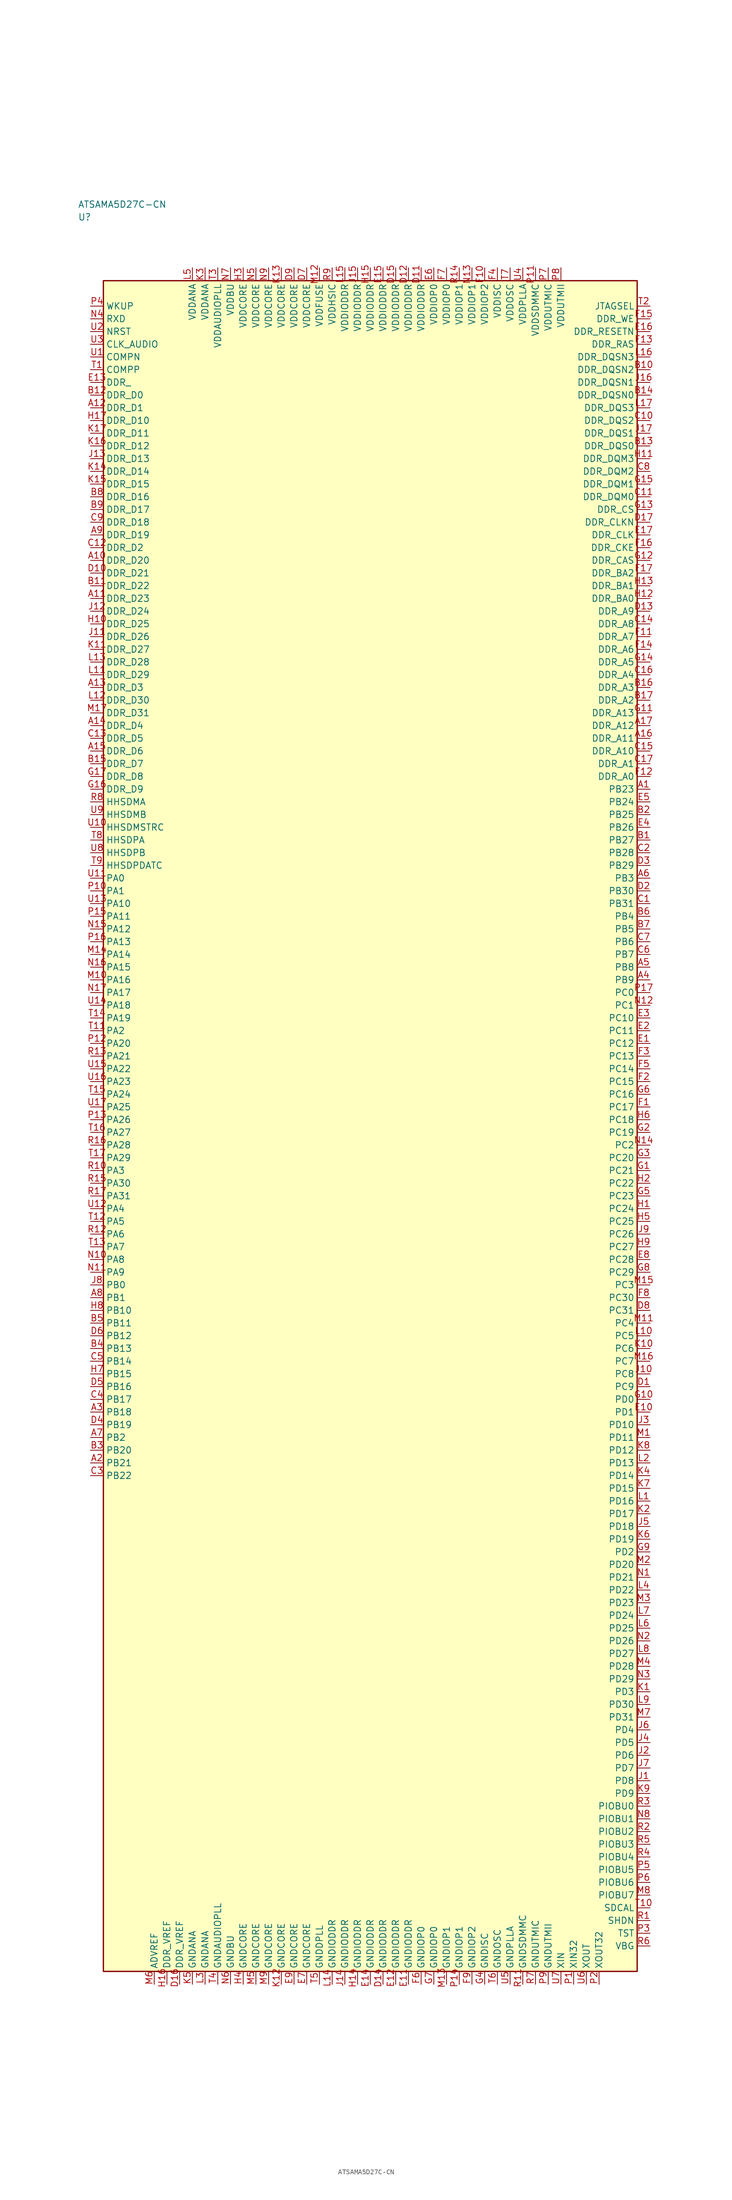
<source format=kicad_sym>
(kicad_symbol_lib
  (version 20241025)
  (generator "kicad_symbol_editor")
  (generator_version "8.0")
  (symbol "ATSAMA5D27C-CN"
    (property "Reference" "U"
      (at -57.5 178.75 0)
      (effects (font (size 1.27 1.27)) (justify left)))
    (property "Value" "ATSAMA5D27C-CN"
      (at -57.5 181.25 0)
      (effects (font (size 1.27 1.27)) (justify left)))
    (symbol "ATSAMA5D27C-CN_0_1"
      (rectangle (start -52.5 166.25) (end 52.5 -166.25) (stroke (width 0.254) (type default)) (fill (type background))))
    (symbol "ATSAMA5D27C-CN_1_1"
      (pin bidirectional line (at -55.04 48.75 0.0) (length 2.54) (name "PA0" (effects (font (size 1.27 1.27)))) (number "U11" (effects (font (size 1.27 1.27)))))
      (pin bidirectional line (at -55.04 46.25 0.0) (length 2.54) (name "PA1" (effects (font (size 1.27 1.27)))) (number "P10" (effects (font (size 1.27 1.27)))))
      (pin bidirectional line (at -55.04 18.75 0.0) (length 2.54) (name "PA2" (effects (font (size 1.27 1.27)))) (number "T11" (effects (font (size 1.27 1.27)))))
      (pin bidirectional line (at -55.04 -8.75 0.0) (length 2.54) (name "PA3" (effects (font (size 1.27 1.27)))) (number "R10" (effects (font (size 1.27 1.27)))))
      (pin bidirectional line (at -55.04 -16.25 0.0) (length 2.54) (name "PA4" (effects (font (size 1.27 1.27)))) (number "U12" (effects (font (size 1.27 1.27)))))
      (pin bidirectional line (at -55.04 -18.75 0.0) (length 2.54) (name "PA5" (effects (font (size 1.27 1.27)))) (number "T12" (effects (font (size 1.27 1.27)))))
      (pin bidirectional line (at -55.04 -21.25 0.0) (length 2.54) (name "PA6" (effects (font (size 1.27 1.27)))) (number "R12" (effects (font (size 1.27 1.27)))))
      (pin bidirectional line (at -55.04 -23.75 0.0) (length 2.54) (name "PA7" (effects (font (size 1.27 1.27)))) (number "T13" (effects (font (size 1.27 1.27)))))
      (pin bidirectional line (at -55.04 -26.25 0.0) (length 2.54) (name "PA8" (effects (font (size 1.27 1.27)))) (number "N10" (effects (font (size 1.27 1.27)))))
      (pin bidirectional line (at -55.04 -28.75 0.0) (length 2.54) (name "PA9" (effects (font (size 1.27 1.27)))) (number "N11" (effects (font (size 1.27 1.27)))))
      (pin bidirectional line (at -55.04 43.75 0.0) (length 2.54) (name "PA10" (effects (font (size 1.27 1.27)))) (number "U13" (effects (font (size 1.27 1.27)))))
      (pin bidirectional line (at -55.04 41.25 0.0) (length 2.54) (name "PA11" (effects (font (size 1.27 1.27)))) (number "P15" (effects (font (size 1.27 1.27)))))
      (pin bidirectional line (at -55.04 38.75 0.0) (length 2.54) (name "PA12" (effects (font (size 1.27 1.27)))) (number "N15" (effects (font (size 1.27 1.27)))))
      (pin bidirectional line (at -55.04 36.25 0.0) (length 2.54) (name "PA13" (effects (font (size 1.27 1.27)))) (number "P16" (effects (font (size 1.27 1.27)))))
      (pin bidirectional line (at -55.04 33.75 0.0) (length 2.54) (name "PA14" (effects (font (size 1.27 1.27)))) (number "M14" (effects (font (size 1.27 1.27)))))
      (pin bidirectional line (at -55.04 31.25 0.0) (length 2.54) (name "PA15" (effects (font (size 1.27 1.27)))) (number "N16" (effects (font (size 1.27 1.27)))))
      (pin bidirectional line (at -55.04 28.75 0.0) (length 2.54) (name "PA16" (effects (font (size 1.27 1.27)))) (number "M10" (effects (font (size 1.27 1.27)))))
      (pin bidirectional line (at -55.04 26.25 0.0) (length 2.54) (name "PA17" (effects (font (size 1.27 1.27)))) (number "N17" (effects (font (size 1.27 1.27)))))
      (pin bidirectional line (at -55.04 23.75 0.0) (length 2.54) (name "PA18" (effects (font (size 1.27 1.27)))) (number "U14" (effects (font (size 1.27 1.27)))))
      (pin bidirectional line (at -55.04 21.25 0.0) (length 2.54) (name "PA19" (effects (font (size 1.27 1.27)))) (number "T14" (effects (font (size 1.27 1.27)))))
      (pin bidirectional line (at -55.04 16.25 0.0) (length 2.54) (name "PA20" (effects (font (size 1.27 1.27)))) (number "P12" (effects (font (size 1.27 1.27)))))
      (pin bidirectional line (at -55.04 13.75 0.0) (length 2.54) (name "PA21" (effects (font (size 1.27 1.27)))) (number "R13" (effects (font (size 1.27 1.27)))))
      (pin bidirectional line (at -55.04 11.25 0.0) (length 2.54) (name "PA22" (effects (font (size 1.27 1.27)))) (number "U15" (effects (font (size 1.27 1.27)))))
      (pin bidirectional line (at -55.04 8.75 0.0) (length 2.54) (name "PA23" (effects (font (size 1.27 1.27)))) (number "U16" (effects (font (size 1.27 1.27)))))
      (pin bidirectional line (at -55.04 6.25 0.0) (length 2.54) (name "PA24" (effects (font (size 1.27 1.27)))) (number "T15" (effects (font (size 1.27 1.27)))))
      (pin bidirectional line (at -55.04 3.75 0.0) (length 2.54) (name "PA25" (effects (font (size 1.27 1.27)))) (number "U17" (effects (font (size 1.27 1.27)))))
      (pin bidirectional line (at -55.04 1.25 0.0) (length 2.54) (name "PA26" (effects (font (size 1.27 1.27)))) (number "P13" (effects (font (size 1.27 1.27)))))
      (pin bidirectional line (at -55.04 -1.25 0.0) (length 2.54) (name "PA27" (effects (font (size 1.27 1.27)))) (number "T16" (effects (font (size 1.27 1.27)))))
      (pin bidirectional line (at -55.04 -3.75 0.0) (length 2.54) (name "PA28" (effects (font (size 1.27 1.27)))) (number "R16" (effects (font (size 1.27 1.27)))))
      (pin bidirectional line (at -55.04 -6.25 0.0) (length 2.54) (name "PA29" (effects (font (size 1.27 1.27)))) (number "T17" (effects (font (size 1.27 1.27)))))
      (pin bidirectional line (at -55.04 -11.25 0.0) (length 2.54) (name "PA30" (effects (font (size 1.27 1.27)))) (number "R15" (effects (font (size 1.27 1.27)))))
      (pin bidirectional line (at -55.04 -13.75 0.0) (length 2.54) (name "PA31" (effects (font (size 1.27 1.27)))) (number "R17" (effects (font (size 1.27 1.27)))))
      (pin bidirectional line (at -55.04 -31.25 0.0) (length 2.54) (name "PB0" (effects (font (size 1.27 1.27)))) (number "J8" (effects (font (size 1.27 1.27)))))
      (pin bidirectional line (at -55.04 -33.75 0.0) (length 2.54) (name "PB1" (effects (font (size 1.27 1.27)))) (number "A8" (effects (font (size 1.27 1.27)))))
      (pin bidirectional line (at -55.04 -61.25 0.0) (length 2.54) (name "PB2" (effects (font (size 1.27 1.27)))) (number "A7" (effects (font (size 1.27 1.27)))))
      (pin bidirectional line (at 55.04 48.75 180.0) (length 2.54) (name "PB3" (effects (font (size 1.27 1.27)))) (number "A6" (effects (font (size 1.27 1.27)))))
      (pin bidirectional line (at 55.04 41.25 180.0) (length 2.54) (name "PB4" (effects (font (size 1.27 1.27)))) (number "B6" (effects (font (size 1.27 1.27)))))
      (pin bidirectional line (at 55.04 38.75 180.0) (length 2.54) (name "PB5" (effects (font (size 1.27 1.27)))) (number "B7" (effects (font (size 1.27 1.27)))))
      (pin bidirectional line (at 55.04 36.25 180.0) (length 2.54) (name "PB6" (effects (font (size 1.27 1.27)))) (number "C7" (effects (font (size 1.27 1.27)))))
      (pin bidirectional line (at 55.04 33.75 180.0) (length 2.54) (name "PB7" (effects (font (size 1.27 1.27)))) (number "C6" (effects (font (size 1.27 1.27)))))
      (pin bidirectional line (at 55.04 31.25 180.0) (length 2.54) (name "PB8" (effects (font (size 1.27 1.27)))) (number "A5" (effects (font (size 1.27 1.27)))))
      (pin bidirectional line (at 55.04 28.75 180.0) (length 2.54) (name "PB9" (effects (font (size 1.27 1.27)))) (number "A4" (effects (font (size 1.27 1.27)))))
      (pin bidirectional line (at -55.04 -36.25 0.0) (length 2.54) (name "PB10" (effects (font (size 1.27 1.27)))) (number "H8" (effects (font (size 1.27 1.27)))))
      (pin bidirectional line (at -55.04 -38.75 0.0) (length 2.54) (name "PB11" (effects (font (size 1.27 1.27)))) (number "B5" (effects (font (size 1.27 1.27)))))
      (pin bidirectional line (at -55.04 -41.25 0.0) (length 2.54) (name "PB12" (effects (font (size 1.27 1.27)))) (number "D6" (effects (font (size 1.27 1.27)))))
      (pin bidirectional line (at -55.04 -43.75 0.0) (length 2.54) (name "PB13" (effects (font (size 1.27 1.27)))) (number "B4" (effects (font (size 1.27 1.27)))))
      (pin bidirectional line (at -55.04 -46.25 0.0) (length 2.54) (name "PB14" (effects (font (size 1.27 1.27)))) (number "C5" (effects (font (size 1.27 1.27)))))
      (pin bidirectional line (at -55.04 -48.75 0.0) (length 2.54) (name "PB15" (effects (font (size 1.27 1.27)))) (number "H7" (effects (font (size 1.27 1.27)))))
      (pin bidirectional line (at -55.04 -51.25 0.0) (length 2.54) (name "PB16" (effects (font (size 1.27 1.27)))) (number "D5" (effects (font (size 1.27 1.27)))))
      (pin bidirectional line (at -55.04 -53.75 0.0) (length 2.54) (name "PB17" (effects (font (size 1.27 1.27)))) (number "C4" (effects (font (size 1.27 1.27)))))
      (pin bidirectional line (at -55.04 -56.25 0.0) (length 2.54) (name "PB18" (effects (font (size 1.27 1.27)))) (number "A3" (effects (font (size 1.27 1.27)))))
      (pin bidirectional line (at -55.04 -58.75 0.0) (length 2.54) (name "PB19" (effects (font (size 1.27 1.27)))) (number "D4" (effects (font (size 1.27 1.27)))))
      (pin bidirectional line (at -55.04 -63.75 0.0) (length 2.54) (name "PB20" (effects (font (size 1.27 1.27)))) (number "B3" (effects (font (size 1.27 1.27)))))
      (pin bidirectional line (at -55.04 -66.25 0.0) (length 2.54) (name "PB21" (effects (font (size 1.27 1.27)))) (number "A2" (effects (font (size 1.27 1.27)))))
      (pin bidirectional line (at -55.04 -68.75 0.0) (length 2.54) (name "PB22" (effects (font (size 1.27 1.27)))) (number "C3" (effects (font (size 1.27 1.27)))))
      (pin bidirectional line (at 55.04 66.25 180.0) (length 2.54) (name "PB23" (effects (font (size 1.27 1.27)))) (number "A1" (effects (font (size 1.27 1.27)))))
      (pin bidirectional line (at 55.04 63.75 180.0) (length 2.54) (name "PB24" (effects (font (size 1.27 1.27)))) (number "E5" (effects (font (size 1.27 1.27)))))
      (pin bidirectional line (at 55.04 61.25 180.0) (length 2.54) (name "PB25" (effects (font (size 1.27 1.27)))) (number "B2" (effects (font (size 1.27 1.27)))))
      (pin bidirectional line (at 55.04 58.75 180.0) (length 2.54) (name "PB26" (effects (font (size 1.27 1.27)))) (number "E4" (effects (font (size 1.27 1.27)))))
      (pin bidirectional line (at 55.04 56.25 180.0) (length 2.54) (name "PB27" (effects (font (size 1.27 1.27)))) (number "B1" (effects (font (size 1.27 1.27)))))
      (pin bidirectional line (at 55.04 53.75 180.0) (length 2.54) (name "PB28" (effects (font (size 1.27 1.27)))) (number "C2" (effects (font (size 1.27 1.27)))))
      (pin bidirectional line (at 55.04 51.25 180.0) (length 2.54) (name "PB29" (effects (font (size 1.27 1.27)))) (number "D3" (effects (font (size 1.27 1.27)))))
      (pin bidirectional line (at 55.04 46.25 180.0) (length 2.54) (name "PB30" (effects (font (size 1.27 1.27)))) (number "D2" (effects (font (size 1.27 1.27)))))
      (pin bidirectional line (at 55.04 43.75 180.0) (length 2.54) (name "PB31" (effects (font (size 1.27 1.27)))) (number "C1" (effects (font (size 1.27 1.27)))))
      (pin bidirectional line (at 55.04 26.25 180.0) (length 2.54) (name "PC0" (effects (font (size 1.27 1.27)))) (number "P17" (effects (font (size 1.27 1.27)))))
      (pin bidirectional line (at 55.04 23.75 180.0) (length 2.54) (name "PC1" (effects (font (size 1.27 1.27)))) (number "N12" (effects (font (size 1.27 1.27)))))
      (pin bidirectional line (at 55.04 -3.75 180.0) (length 2.54) (name "PC2" (effects (font (size 1.27 1.27)))) (number "N14" (effects (font (size 1.27 1.27)))))
      (pin bidirectional line (at 55.04 -31.25 180.0) (length 2.54) (name "PC3" (effects (font (size 1.27 1.27)))) (number "M15" (effects (font (size 1.27 1.27)))))
      (pin bidirectional line (at 55.04 -38.75 180.0) (length 2.54) (name "PC4" (effects (font (size 1.27 1.27)))) (number "M11" (effects (font (size 1.27 1.27)))))
      (pin bidirectional line (at 55.04 -41.25 180.0) (length 2.54) (name "PC5" (effects (font (size 1.27 1.27)))) (number "L10" (effects (font (size 1.27 1.27)))))
      (pin bidirectional line (at 55.04 -43.75 180.0) (length 2.54) (name "PC6" (effects (font (size 1.27 1.27)))) (number "K10" (effects (font (size 1.27 1.27)))))
      (pin bidirectional line (at 55.04 -46.25 180.0) (length 2.54) (name "PC7" (effects (font (size 1.27 1.27)))) (number "M16" (effects (font (size 1.27 1.27)))))
      (pin bidirectional line (at 55.04 -48.75 180.0) (length 2.54) (name "PC8" (effects (font (size 1.27 1.27)))) (number "J10" (effects (font (size 1.27 1.27)))))
      (pin bidirectional line (at 55.04 -51.25 180.0) (length 2.54) (name "PC9" (effects (font (size 1.27 1.27)))) (number "D1" (effects (font (size 1.27 1.27)))))
      (pin bidirectional line (at 55.04 21.25 180.0) (length 2.54) (name "PC10" (effects (font (size 1.27 1.27)))) (number "E3" (effects (font (size 1.27 1.27)))))
      (pin bidirectional line (at 55.04 18.75 180.0) (length 2.54) (name "PC11" (effects (font (size 1.27 1.27)))) (number "E2" (effects (font (size 1.27 1.27)))))
      (pin bidirectional line (at 55.04 16.25 180.0) (length 2.54) (name "PC12" (effects (font (size 1.27 1.27)))) (number "E1" (effects (font (size 1.27 1.27)))))
      (pin bidirectional line (at 55.04 13.75 180.0) (length 2.54) (name "PC13" (effects (font (size 1.27 1.27)))) (number "F3" (effects (font (size 1.27 1.27)))))
      (pin bidirectional line (at 55.04 11.25 180.0) (length 2.54) (name "PC14" (effects (font (size 1.27 1.27)))) (number "F5" (effects (font (size 1.27 1.27)))))
      (pin bidirectional line (at 55.04 8.75 180.0) (length 2.54) (name "PC15" (effects (font (size 1.27 1.27)))) (number "F2" (effects (font (size 1.27 1.27)))))
      (pin bidirectional line (at 55.04 6.25 180.0) (length 2.54) (name "PC16" (effects (font (size 1.27 1.27)))) (number "G6" (effects (font (size 1.27 1.27)))))
      (pin bidirectional line (at 55.04 3.75 180.0) (length 2.54) (name "PC17" (effects (font (size 1.27 1.27)))) (number "F1" (effects (font (size 1.27 1.27)))))
      (pin bidirectional line (at 55.04 1.25 180.0) (length 2.54) (name "PC18" (effects (font (size 1.27 1.27)))) (number "H6" (effects (font (size 1.27 1.27)))))
      (pin bidirectional line (at 55.04 -1.25 180.0) (length 2.54) (name "PC19" (effects (font (size 1.27 1.27)))) (number "G2" (effects (font (size 1.27 1.27)))))
      (pin bidirectional line (at 55.04 -6.25 180.0) (length 2.54) (name "PC20" (effects (font (size 1.27 1.27)))) (number "G3" (effects (font (size 1.27 1.27)))))
      (pin bidirectional line (at 55.04 -8.75 180.0) (length 2.54) (name "PC21" (effects (font (size 1.27 1.27)))) (number "G1" (effects (font (size 1.27 1.27)))))
      (pin bidirectional line (at 55.04 -11.25 180.0) (length 2.54) (name "PC22" (effects (font (size 1.27 1.27)))) (number "H2" (effects (font (size 1.27 1.27)))))
      (pin bidirectional line (at 55.04 -13.75 180.0) (length 2.54) (name "PC23" (effects (font (size 1.27 1.27)))) (number "G5" (effects (font (size 1.27 1.27)))))
      (pin bidirectional line (at 55.04 -16.25 180.0) (length 2.54) (name "PC24" (effects (font (size 1.27 1.27)))) (number "H1" (effects (font (size 1.27 1.27)))))
      (pin bidirectional line (at 55.04 -18.75 180.0) (length 2.54) (name "PC25" (effects (font (size 1.27 1.27)))) (number "H5" (effects (font (size 1.27 1.27)))))
      (pin bidirectional line (at 55.04 -21.25 180.0) (length 2.54) (name "PC26" (effects (font (size 1.27 1.27)))) (number "J9" (effects (font (size 1.27 1.27)))))
      (pin bidirectional line (at 55.04 -23.75 180.0) (length 2.54) (name "PC27" (effects (font (size 1.27 1.27)))) (number "H9" (effects (font (size 1.27 1.27)))))
      (pin bidirectional line (at 55.04 -26.25 180.0) (length 2.54) (name "PC28" (effects (font (size 1.27 1.27)))) (number "E8" (effects (font (size 1.27 1.27)))))
      (pin bidirectional line (at 55.04 -28.75 180.0) (length 2.54) (name "PC29" (effects (font (size 1.27 1.27)))) (number "G8" (effects (font (size 1.27 1.27)))))
      (pin bidirectional line (at 55.04 -33.75 180.0) (length 2.54) (name "PC30" (effects (font (size 1.27 1.27)))) (number "F8" (effects (font (size 1.27 1.27)))))
      (pin bidirectional line (at 55.04 -36.25 180.0) (length 2.54) (name "PC31" (effects (font (size 1.27 1.27)))) (number "D8" (effects (font (size 1.27 1.27)))))
      (pin bidirectional line (at 55.04 -53.75 180.0) (length 2.54) (name "PD0" (effects (font (size 1.27 1.27)))) (number "G10" (effects (font (size 1.27 1.27)))))
      (pin bidirectional line (at 55.04 -56.25 180.0) (length 2.54) (name "PD1" (effects (font (size 1.27 1.27)))) (number "E10" (effects (font (size 1.27 1.27)))))
      (pin bidirectional line (at 55.04 -83.75 180.0) (length 2.54) (name "PD2" (effects (font (size 1.27 1.27)))) (number "G9" (effects (font (size 1.27 1.27)))))
      (pin bidirectional line (at 55.04 -111.25 180.0) (length 2.54) (name "PD3" (effects (font (size 1.27 1.27)))) (number "K1" (effects (font (size 1.27 1.27)))))
      (pin bidirectional line (at 55.04 -118.75 180.0) (length 2.54) (name "PD4" (effects (font (size 1.27 1.27)))) (number "J6" (effects (font (size 1.27 1.27)))))
      (pin bidirectional line (at 55.04 -121.25 180.0) (length 2.54) (name "PD5" (effects (font (size 1.27 1.27)))) (number "J4" (effects (font (size 1.27 1.27)))))
      (pin bidirectional line (at 55.04 -123.75 180.0) (length 2.54) (name "PD6" (effects (font (size 1.27 1.27)))) (number "J2" (effects (font (size 1.27 1.27)))))
      (pin bidirectional line (at 55.04 -126.25 180.0) (length 2.54) (name "PD7" (effects (font (size 1.27 1.27)))) (number "J7" (effects (font (size 1.27 1.27)))))
      (pin bidirectional line (at 55.04 -128.75 180.0) (length 2.54) (name "PD8" (effects (font (size 1.27 1.27)))) (number "J1" (effects (font (size 1.27 1.27)))))
      (pin bidirectional line (at 55.04 -131.25 180.0) (length 2.54) (name "PD9" (effects (font (size 1.27 1.27)))) (number "K9" (effects (font (size 1.27 1.27)))))
      (pin bidirectional line (at 55.04 -58.75 180.0) (length 2.54) (name "PD10" (effects (font (size 1.27 1.27)))) (number "J3" (effects (font (size 1.27 1.27)))))
      (pin bidirectional line (at 55.04 -61.25 180.0) (length 2.54) (name "PD11" (effects (font (size 1.27 1.27)))) (number "M1" (effects (font (size 1.27 1.27)))))
      (pin bidirectional line (at 55.04 -63.75 180.0) (length 2.54) (name "PD12" (effects (font (size 1.27 1.27)))) (number "K8" (effects (font (size 1.27 1.27)))))
      (pin bidirectional line (at 55.04 -66.25 180.0) (length 2.54) (name "PD13" (effects (font (size 1.27 1.27)))) (number "L2" (effects (font (size 1.27 1.27)))))
      (pin bidirectional line (at 55.04 -68.75 180.0) (length 2.54) (name "PD14" (effects (font (size 1.27 1.27)))) (number "K4" (effects (font (size 1.27 1.27)))))
      (pin bidirectional line (at 55.04 -71.25 180.0) (length 2.54) (name "PD15" (effects (font (size 1.27 1.27)))) (number "K7" (effects (font (size 1.27 1.27)))))
      (pin bidirectional line (at 55.04 -73.75 180.0) (length 2.54) (name "PD16" (effects (font (size 1.27 1.27)))) (number "L1" (effects (font (size 1.27 1.27)))))
      (pin bidirectional line (at 55.04 -76.25 180.0) (length 2.54) (name "PD17" (effects (font (size 1.27 1.27)))) (number "K2" (effects (font (size 1.27 1.27)))))
      (pin bidirectional line (at 55.04 -78.75 180.0) (length 2.54) (name "PD18" (effects (font (size 1.27 1.27)))) (number "J5" (effects (font (size 1.27 1.27)))))
      (pin bidirectional line (at 55.04 -81.25 180.0) (length 2.54) (name "PD19" (effects (font (size 1.27 1.27)))) (number "K6" (effects (font (size 1.27 1.27)))))
      (pin bidirectional line (at 55.04 -86.25 180.0) (length 2.54) (name "PD20" (effects (font (size 1.27 1.27)))) (number "M2" (effects (font (size 1.27 1.27)))))
      (pin bidirectional line (at 55.04 -88.75 180.0) (length 2.54) (name "PD21" (effects (font (size 1.27 1.27)))) (number "N1" (effects (font (size 1.27 1.27)))))
      (pin bidirectional line (at 55.04 -91.25 180.0) (length 2.54) (name "PD22" (effects (font (size 1.27 1.27)))) (number "L4" (effects (font (size 1.27 1.27)))))
      (pin bidirectional line (at 55.04 -93.75 180.0) (length 2.54) (name "PD23" (effects (font (size 1.27 1.27)))) (number "M3" (effects (font (size 1.27 1.27)))))
      (pin bidirectional line (at 55.04 -96.25 180.0) (length 2.54) (name "PD24" (effects (font (size 1.27 1.27)))) (number "L7" (effects (font (size 1.27 1.27)))))
      (pin bidirectional line (at 55.04 -98.75 180.0) (length 2.54) (name "PD25" (effects (font (size 1.27 1.27)))) (number "L6" (effects (font (size 1.27 1.27)))))
      (pin bidirectional line (at 55.04 -101.25 180.0) (length 2.54) (name "PD26" (effects (font (size 1.27 1.27)))) (number "N2" (effects (font (size 1.27 1.27)))))
      (pin bidirectional line (at 55.04 -103.75 180.0) (length 2.54) (name "PD27" (effects (font (size 1.27 1.27)))) (number "L8" (effects (font (size 1.27 1.27)))))
      (pin bidirectional line (at 55.04 -106.25 180.0) (length 2.54) (name "PD28" (effects (font (size 1.27 1.27)))) (number "M4" (effects (font (size 1.27 1.27)))))
      (pin bidirectional line (at 55.04 -108.75 180.0) (length 2.54) (name "PD29" (effects (font (size 1.27 1.27)))) (number "N3" (effects (font (size 1.27 1.27)))))
      (pin bidirectional line (at 55.04 -113.75 180.0) (length 2.54) (name "PD30" (effects (font (size 1.27 1.27)))) (number "L9" (effects (font (size 1.27 1.27)))))
      (pin bidirectional line (at 55.04 -116.25 180.0) (length 2.54) (name "PD31" (effects (font (size 1.27 1.27)))) (number "M7" (effects (font (size 1.27 1.27)))))
      (pin power_in line (at -35.0 168.79 270.0) (length 2.54) (name "VDDANA" (effects (font (size 1.27 1.27)))) (number "L5" (effects (font (size 1.27 1.27)))))
      (pin passive line (at -35.0 -168.79 90.0) (length 2.54) (name "GNDANA" (effects (font (size 1.27 1.27)))) (number "K5" (effects (font (size 1.27 1.27)))))
      (pin passive line (at -42.5 -168.79 90.0) (length 2.54) (name "ADVREF" (effects (font (size 1.27 1.27)))) (number "M6" (effects (font (size 1.27 1.27)))))
      (pin power_in line (at -32.5 168.79 270.0) (length 2.54) (name "VDDANA" (effects (font (size 1.27 1.27)))) (number "K3" (effects (font (size 1.27 1.27)))))
      (pin passive line (at -32.5 -168.79 90.0) (length 2.54) (name "GNDANA" (effects (font (size 1.27 1.27)))) (number "L3" (effects (font (size 1.27 1.27)))))
      (pin passive line (at -40.0 -168.79 90.0) (length 2.54) (name "DDR_VREF" (effects (font (size 1.27 1.27)))) (number "H16" (effects (font (size 1.27 1.27)))))
      (pin passive line (at -37.5 -168.79 90.0) (length 2.54) (name "DDR_VREF" (effects (font (size 1.27 1.27)))) (number "D16" (effects (font (size 1.27 1.27)))))
      (pin bidirectional line (at -55.04 143.75 0.0) (length 2.54) (name "DDR_D0" (effects (font (size 1.27 1.27)))) (number "B12" (effects (font (size 1.27 1.27)))))
      (pin bidirectional line (at -55.04 141.25 0.0) (length 2.54) (name "DDR_D1" (effects (font (size 1.27 1.27)))) (number "A12" (effects (font (size 1.27 1.27)))))
      (pin bidirectional line (at -55.04 113.75 0.0) (length 2.54) (name "DDR_D2" (effects (font (size 1.27 1.27)))) (number "C12" (effects (font (size 1.27 1.27)))))
      (pin bidirectional line (at -55.04 86.25 0.0) (length 2.54) (name "DDR_D3" (effects (font (size 1.27 1.27)))) (number "A13" (effects (font (size 1.27 1.27)))))
      (pin bidirectional line (at -55.04 78.75 0.0) (length 2.54) (name "DDR_D4" (effects (font (size 1.27 1.27)))) (number "A14" (effects (font (size 1.27 1.27)))))
      (pin bidirectional line (at -55.04 76.25 0.0) (length 2.54) (name "DDR_D5" (effects (font (size 1.27 1.27)))) (number "C13" (effects (font (size 1.27 1.27)))))
      (pin bidirectional line (at -55.04 73.75 0.0) (length 2.54) (name "DDR_D6" (effects (font (size 1.27 1.27)))) (number "A15" (effects (font (size 1.27 1.27)))))
      (pin bidirectional line (at -55.04 71.25 0.0) (length 2.54) (name "DDR_D7" (effects (font (size 1.27 1.27)))) (number "B15" (effects (font (size 1.27 1.27)))))
      (pin bidirectional line (at -55.04 68.75 0.0) (length 2.54) (name "DDR_D8" (effects (font (size 1.27 1.27)))) (number "G17" (effects (font (size 1.27 1.27)))))
      (pin bidirectional line (at -55.04 66.25 0.0) (length 2.54) (name "DDR_D9" (effects (font (size 1.27 1.27)))) (number "G16" (effects (font (size 1.27 1.27)))))
      (pin bidirectional line (at -55.04 138.75 0.0) (length 2.54) (name "DDR_D10" (effects (font (size 1.27 1.27)))) (number "H17" (effects (font (size 1.27 1.27)))))
      (pin bidirectional line (at -55.04 136.25 0.0) (length 2.54) (name "DDR_D11" (effects (font (size 1.27 1.27)))) (number "K17" (effects (font (size 1.27 1.27)))))
      (pin bidirectional line (at -55.04 133.75 0.0) (length 2.54) (name "DDR_D12" (effects (font (size 1.27 1.27)))) (number "K16" (effects (font (size 1.27 1.27)))))
      (pin bidirectional line (at -55.04 131.25 0.0) (length 2.54) (name "DDR_D13" (effects (font (size 1.27 1.27)))) (number "J13" (effects (font (size 1.27 1.27)))))
      (pin bidirectional line (at -55.04 128.75 0.0) (length 2.54) (name "DDR_D14" (effects (font (size 1.27 1.27)))) (number "K14" (effects (font (size 1.27 1.27)))))
      (pin bidirectional line (at -55.04 126.25 0.0) (length 2.54) (name "DDR_D15" (effects (font (size 1.27 1.27)))) (number "K15" (effects (font (size 1.27 1.27)))))
      (pin bidirectional line (at -55.04 123.75 0.0) (length 2.54) (name "DDR_D16" (effects (font (size 1.27 1.27)))) (number "B8" (effects (font (size 1.27 1.27)))))
      (pin bidirectional line (at -55.04 121.25 0.0) (length 2.54) (name "DDR_D17" (effects (font (size 1.27 1.27)))) (number "B9" (effects (font (size 1.27 1.27)))))
      (pin bidirectional line (at -55.04 118.75 0.0) (length 2.54) (name "DDR_D18" (effects (font (size 1.27 1.27)))) (number "C9" (effects (font (size 1.27 1.27)))))
      (pin bidirectional line (at -55.04 116.25 0.0) (length 2.54) (name "DDR_D19" (effects (font (size 1.27 1.27)))) (number "A9" (effects (font (size 1.27 1.27)))))
      (pin bidirectional line (at -55.04 111.25 0.0) (length 2.54) (name "DDR_D20" (effects (font (size 1.27 1.27)))) (number "A10" (effects (font (size 1.27 1.27)))))
      (pin bidirectional line (at -55.04 108.75 0.0) (length 2.54) (name "DDR_D21" (effects (font (size 1.27 1.27)))) (number "D10" (effects (font (size 1.27 1.27)))))
      (pin bidirectional line (at -55.04 106.25 0.0) (length 2.54) (name "DDR_D22" (effects (font (size 1.27 1.27)))) (number "B11" (effects (font (size 1.27 1.27)))))
      (pin bidirectional line (at -55.04 103.75 0.0) (length 2.54) (name "DDR_D23" (effects (font (size 1.27 1.27)))) (number "A11" (effects (font (size 1.27 1.27)))))
      (pin bidirectional line (at -55.04 101.25 0.0) (length 2.54) (name "DDR_D24" (effects (font (size 1.27 1.27)))) (number "J12" (effects (font (size 1.27 1.27)))))
      (pin bidirectional line (at -55.04 98.75 0.0) (length 2.54) (name "DDR_D25" (effects (font (size 1.27 1.27)))) (number "H10" (effects (font (size 1.27 1.27)))))
      (pin bidirectional line (at -55.04 96.25 0.0) (length 2.54) (name "DDR_D26" (effects (font (size 1.27 1.27)))) (number "J11" (effects (font (size 1.27 1.27)))))
      (pin bidirectional line (at -55.04 93.75 0.0) (length 2.54) (name "DDR_D27" (effects (font (size 1.27 1.27)))) (number "K11" (effects (font (size 1.27 1.27)))))
      (pin bidirectional line (at -55.04 91.25 0.0) (length 2.54) (name "DDR_D28" (effects (font (size 1.27 1.27)))) (number "L13" (effects (font (size 1.27 1.27)))))
      (pin bidirectional line (at -55.04 88.75 0.0) (length 2.54) (name "DDR_D29" (effects (font (size 1.27 1.27)))) (number "L11" (effects (font (size 1.27 1.27)))))
      (pin bidirectional line (at -55.04 83.75 0.0) (length 2.54) (name "DDR_D30" (effects (font (size 1.27 1.27)))) (number "L12" (effects (font (size 1.27 1.27)))))
      (pin bidirectional line (at -55.04 81.25 0.0) (length 2.54) (name "DDR_D31" (effects (font (size 1.27 1.27)))) (number "M17" (effects (font (size 1.27 1.27)))))
      (pin output line (at 55.04 68.75 180.0) (length 2.54) (name "DDR_A0" (effects (font (size 1.27 1.27)))) (number "F12" (effects (font (size 1.27 1.27)))))
      (pin output line (at 55.04 71.25 180.0) (length 2.54) (name "DDR_A1" (effects (font (size 1.27 1.27)))) (number "C17" (effects (font (size 1.27 1.27)))))
      (pin output line (at 55.04 83.75 180.0) (length 2.54) (name "DDR_A2" (effects (font (size 1.27 1.27)))) (number "B17" (effects (font (size 1.27 1.27)))))
      (pin output line (at 55.04 86.25 180.0) (length 2.54) (name "DDR_A3" (effects (font (size 1.27 1.27)))) (number "B16" (effects (font (size 1.27 1.27)))))
      (pin output line (at 55.04 88.75 180.0) (length 2.54) (name "DDR_A4" (effects (font (size 1.27 1.27)))) (number "C16" (effects (font (size 1.27 1.27)))))
      (pin output line (at 55.04 91.25 180.0) (length 2.54) (name "DDR_A5" (effects (font (size 1.27 1.27)))) (number "G14" (effects (font (size 1.27 1.27)))))
      (pin output line (at 55.04 93.75 180.0) (length 2.54) (name "DDR_A6" (effects (font (size 1.27 1.27)))) (number "F14" (effects (font (size 1.27 1.27)))))
      (pin output line (at 55.04 96.25 180.0) (length 2.54) (name "DDR_A7" (effects (font (size 1.27 1.27)))) (number "F11" (effects (font (size 1.27 1.27)))))
      (pin output line (at 55.04 98.75 180.0) (length 2.54) (name "DDR_A8" (effects (font (size 1.27 1.27)))) (number "C14" (effects (font (size 1.27 1.27)))))
      (pin output line (at 55.04 101.25 180.0) (length 2.54) (name "DDR_A9" (effects (font (size 1.27 1.27)))) (number "D13" (effects (font (size 1.27 1.27)))))
      (pin output line (at 55.04 73.75 180.0) (length 2.54) (name "DDR_A10" (effects (font (size 1.27 1.27)))) (number "C15" (effects (font (size 1.27 1.27)))))
      (pin output line (at 55.04 76.25 180.0) (length 2.54) (name "DDR_A11" (effects (font (size 1.27 1.27)))) (number "A16" (effects (font (size 1.27 1.27)))))
      (pin output line (at 55.04 78.75 180.0) (length 2.54) (name "DDR_A12" (effects (font (size 1.27 1.27)))) (number "A17" (effects (font (size 1.27 1.27)))))
      (pin output line (at 55.04 81.25 180.0) (length 2.54) (name "DDR_A13" (effects (font (size 1.27 1.27)))) (number "G11" (effects (font (size 1.27 1.27)))))
      (pin output line (at 55.04 116.25 180.0) (length 2.54) (name "DDR_CLK" (effects (font (size 1.27 1.27)))) (number "E17" (effects (font (size 1.27 1.27)))))
      (pin output line (at 55.04 118.75 180.0) (length 2.54) (name "DDR_CLKN" (effects (font (size 1.27 1.27)))) (number "D17" (effects (font (size 1.27 1.27)))))
      (pin output line (at 55.04 113.75 180.0) (length 2.54) (name "DDR_CKE" (effects (font (size 1.27 1.27)))) (number "F16" (effects (font (size 1.27 1.27)))))
      (pin output line (at 55.04 156.25 180.0) (length 2.54) (name "DDR_RESETN" (effects (font (size 1.27 1.27)))) (number "E16" (effects (font (size 1.27 1.27)))))
      (pin output line (at 55.04 121.25 180.0) (length 2.54) (name "DDR_CS" (effects (font (size 1.27 1.27)))) (number "G13" (effects (font (size 1.27 1.27)))))
      (pin output line (at 55.04 158.75 180.0) (length 2.54) (name "DDR_WE" (effects (font (size 1.27 1.27)))) (number "F15" (effects (font (size 1.27 1.27)))))
      (pin output line (at 55.04 153.75 180.0) (length 2.54) (name "DDR_RAS" (effects (font (size 1.27 1.27)))) (number "F13" (effects (font (size 1.27 1.27)))))
      (pin output line (at 55.04 111.25 180.0) (length 2.54) (name "DDR_CAS" (effects (font (size 1.27 1.27)))) (number "G12" (effects (font (size 1.27 1.27)))))
      (pin output line (at 55.04 123.75 180.0) (length 2.54) (name "DDR_DQM0" (effects (font (size 1.27 1.27)))) (number "C11" (effects (font (size 1.27 1.27)))))
      (pin output line (at 55.04 126.25 180.0) (length 2.54) (name "DDR_DQM1" (effects (font (size 1.27 1.27)))) (number "G15" (effects (font (size 1.27 1.27)))))
      (pin output line (at 55.04 128.75 180.0) (length 2.54) (name "DDR_DQM2" (effects (font (size 1.27 1.27)))) (number "C8" (effects (font (size 1.27 1.27)))))
      (pin output line (at 55.04 131.25 180.0) (length 2.54) (name "DDR_DQM3" (effects (font (size 1.27 1.27)))) (number "H11" (effects (font (size 1.27 1.27)))))
      (pin output line (at 55.04 133.75 180.0) (length 2.54) (name "DDR_DQS0" (effects (font (size 1.27 1.27)))) (number "B13" (effects (font (size 1.27 1.27)))))
      (pin output line (at 55.04 136.25 180.0) (length 2.54) (name "DDR_DQS1" (effects (font (size 1.27 1.27)))) (number "J17" (effects (font (size 1.27 1.27)))))
      (pin output line (at 55.04 138.75 180.0) (length 2.54) (name "DDR_DQS2" (effects (font (size 1.27 1.27)))) (number "C10" (effects (font (size 1.27 1.27)))))
      (pin output line (at 55.04 141.25 180.0) (length 2.54) (name "DDR_DQS3" (effects (font (size 1.27 1.27)))) (number "L17" (effects (font (size 1.27 1.27)))))
      (pin output line (at 55.04 143.75 180.0) (length 2.54) (name "DDR_DQSN0" (effects (font (size 1.27 1.27)))) (number "B14" (effects (font (size 1.27 1.27)))))
      (pin output line (at 55.04 146.25 180.0) (length 2.54) (name "DDR_DQSN1" (effects (font (size 1.27 1.27)))) (number "J16" (effects (font (size 1.27 1.27)))))
      (pin output line (at 55.04 148.75 180.0) (length 2.54) (name "DDR_DQSN2" (effects (font (size 1.27 1.27)))) (number "B10" (effects (font (size 1.27 1.27)))))
      (pin output line (at 55.04 151.25 180.0) (length 2.54) (name "DDR_DQSN3" (effects (font (size 1.27 1.27)))) (number "L16" (effects (font (size 1.27 1.27)))))
      (pin output line (at 55.04 103.75 180.0) (length 2.54) (name "DDR_BA0" (effects (font (size 1.27 1.27)))) (number "H12" (effects (font (size 1.27 1.27)))))
      (pin output line (at 55.04 106.25 180.0) (length 2.54) (name "DDR_BA1" (effects (font (size 1.27 1.27)))) (number "H13" (effects (font (size 1.27 1.27)))))
      (pin output line (at 55.04 108.75 180.0) (length 2.54) (name "DDR_BA2" (effects (font (size 1.27 1.27)))) (number "F17" (effects (font (size 1.27 1.27)))))
      (pin bidirectional line (at -55.04 146.25 0.0) (length 2.54) (name "DDR_" (effects (font (size 1.27 1.27)))) (number "E13" (effects (font (size 1.27 1.27)))))
      (pin power_in line (at -5.0 168.79 270.0) (length 2.54) (name "VDDIODDR" (effects (font (size 1.27 1.27)))) (number "L15" (effects (font (size 1.27 1.27)))))
      (pin power_in line (at -2.5 168.79 270.0) (length 2.54) (name "VDDIODDR" (effects (font (size 1.27 1.27)))) (number "J15" (effects (font (size 1.27 1.27)))))
      (pin power_in line (at 0.0 168.79 270.0) (length 2.54) (name "VDDIODDR" (effects (font (size 1.27 1.27)))) (number "H15" (effects (font (size 1.27 1.27)))))
      (pin power_in line (at 2.5 168.79 270.0) (length 2.54) (name "VDDIODDR" (effects (font (size 1.27 1.27)))) (number "E15" (effects (font (size 1.27 1.27)))))
      (pin power_in line (at 5.0 168.79 270.0) (length 2.54) (name "VDDIODDR" (effects (font (size 1.27 1.27)))) (number "D15" (effects (font (size 1.27 1.27)))))
      (pin power_in line (at 7.5 168.79 270.0) (length 2.54) (name "VDDIODDR" (effects (font (size 1.27 1.27)))) (number "D12" (effects (font (size 1.27 1.27)))))
      (pin power_in line (at 10.0 168.79 270.0) (length 2.54) (name "VDDIODDR" (effects (font (size 1.27 1.27)))) (number "D11" (effects (font (size 1.27 1.27)))))
      (pin passive line (at -7.5 -168.79 90.0) (length 2.54) (name "GNDIODDR" (effects (font (size 1.27 1.27)))) (number "L14" (effects (font (size 1.27 1.27)))))
      (pin passive line (at -5.0 -168.79 90.0) (length 2.54) (name "GNDIODDR" (effects (font (size 1.27 1.27)))) (number "J14" (effects (font (size 1.27 1.27)))))
      (pin passive line (at -2.5 -168.79 90.0) (length 2.54) (name "GNDIODDR" (effects (font (size 1.27 1.27)))) (number "H14" (effects (font (size 1.27 1.27)))))
      (pin passive line (at 0.0 -168.79 90.0) (length 2.54) (name "GNDIODDR" (effects (font (size 1.27 1.27)))) (number "E14" (effects (font (size 1.27 1.27)))))
      (pin passive line (at 2.5 -168.79 90.0) (length 2.54) (name "GNDIODDR" (effects (font (size 1.27 1.27)))) (number "D14" (effects (font (size 1.27 1.27)))))
      (pin passive line (at 5.0 -168.79 90.0) (length 2.54) (name "GNDIODDR" (effects (font (size 1.27 1.27)))) (number "E12" (effects (font (size 1.27 1.27)))))
      (pin passive line (at 7.5 -168.79 90.0) (length 2.54) (name "GNDIODDR" (effects (font (size 1.27 1.27)))) (number "E11" (effects (font (size 1.27 1.27)))))
      (pin power_in line (at -25.0 168.79 270.0) (length 2.54) (name "VDDCORE" (effects (font (size 1.27 1.27)))) (number "H3" (effects (font (size 1.27 1.27)))))
      (pin power_in line (at -22.5 168.79 270.0) (length 2.54) (name "VDDCORE" (effects (font (size 1.27 1.27)))) (number "N5" (effects (font (size 1.27 1.27)))))
      (pin power_in line (at -20.0 168.79 270.0) (length 2.54) (name "VDDCORE" (effects (font (size 1.27 1.27)))) (number "N9" (effects (font (size 1.27 1.27)))))
      (pin power_in line (at -17.5 168.79 270.0) (length 2.54) (name "VDDCORE" (effects (font (size 1.27 1.27)))) (number "K13" (effects (font (size 1.27 1.27)))))
      (pin power_in line (at -15.0 168.79 270.0) (length 2.54) (name "VDDCORE" (effects (font (size 1.27 1.27)))) (number "D9" (effects (font (size 1.27 1.27)))))
      (pin power_in line (at -12.5 168.79 270.0) (length 2.54) (name "VDDCORE" (effects (font (size 1.27 1.27)))) (number "D7" (effects (font (size 1.27 1.27)))))
      (pin passive line (at -25.0 -168.79 90.0) (length 2.54) (name "GNDCORE" (effects (font (size 1.27 1.27)))) (number "H4" (effects (font (size 1.27 1.27)))))
      (pin passive line (at -22.5 -168.79 90.0) (length 2.54) (name "GNDCORE" (effects (font (size 1.27 1.27)))) (number "M5" (effects (font (size 1.27 1.27)))))
      (pin passive line (at -20.0 -168.79 90.0) (length 2.54) (name "GNDCORE" (effects (font (size 1.27 1.27)))) (number "M9" (effects (font (size 1.27 1.27)))))
      (pin passive line (at -17.5 -168.79 90.0) (length 2.54) (name "GNDCORE" (effects (font (size 1.27 1.27)))) (number "K12" (effects (font (size 1.27 1.27)))))
      (pin passive line (at -15.0 -168.79 90.0) (length 2.54) (name "GNDCORE" (effects (font (size 1.27 1.27)))) (number "E9" (effects (font (size 1.27 1.27)))))
      (pin passive line (at -12.5 -168.79 90.0) (length 2.54) (name "GNDCORE" (effects (font (size 1.27 1.27)))) (number "E7" (effects (font (size 1.27 1.27)))))
      (pin power_in line (at 12.5 168.79 270.0) (length 2.54) (name "VDDIOP0" (effects (font (size 1.27 1.27)))) (number "E6" (effects (font (size 1.27 1.27)))))
      (pin power_in line (at 15.0 168.79 270.0) (length 2.54) (name "VDDIOP0" (effects (font (size 1.27 1.27)))) (number "F7" (effects (font (size 1.27 1.27)))))
      (pin passive line (at 10.0 -168.79 90.0) (length 2.54) (name "GNDIOP0" (effects (font (size 1.27 1.27)))) (number "F6" (effects (font (size 1.27 1.27)))))
      (pin passive line (at 12.5 -168.79 90.0) (length 2.54) (name "GNDIOP0" (effects (font (size 1.27 1.27)))) (number "G7" (effects (font (size 1.27 1.27)))))
      (pin power_in line (at 17.5 168.79 270.0) (length 2.54) (name "VDDIOP1" (effects (font (size 1.27 1.27)))) (number "R14" (effects (font (size 1.27 1.27)))))
      (pin power_in line (at 20.0 168.79 270.0) (length 2.54) (name "VDDIOP1" (effects (font (size 1.27 1.27)))) (number "N13" (effects (font (size 1.27 1.27)))))
      (pin passive line (at 15.0 -168.79 90.0) (length 2.54) (name "GNDIOP1" (effects (font (size 1.27 1.27)))) (number "M13" (effects (font (size 1.27 1.27)))))
      (pin passive line (at 17.5 -168.79 90.0) (length 2.54) (name "GNDIOP1" (effects (font (size 1.27 1.27)))) (number "P14" (effects (font (size 1.27 1.27)))))
      (pin power_in line (at 22.5 168.79 270.0) (length 2.54) (name "VDDIOP2" (effects (font (size 1.27 1.27)))) (number "F10" (effects (font (size 1.27 1.27)))))
      (pin passive line (at 20.0 -168.79 90.0) (length 2.54) (name "GNDIOP2" (effects (font (size 1.27 1.27)))) (number "F9" (effects (font (size 1.27 1.27)))))
      (pin power_in line (at 32.5 168.79 270.0) (length 2.54) (name "VDDSDMMC" (effects (font (size 1.27 1.27)))) (number "P11" (effects (font (size 1.27 1.27)))))
      (pin passive line (at 30.0 -168.79 90.0) (length 2.54) (name "GNDSDMMC" (effects (font (size 1.27 1.27)))) (number "R11" (effects (font (size 1.27 1.27)))))
      (pin power_in line (at 25.0 168.79 270.0) (length 2.54) (name "VDDISC" (effects (font (size 1.27 1.27)))) (number "F4" (effects (font (size 1.27 1.27)))))
      (pin passive line (at 22.5 -168.79 90.0) (length 2.54) (name "GNDISC" (effects (font (size 1.27 1.27)))) (number "G4" (effects (font (size 1.27 1.27)))))
      (pin power_in line (at -10.0 168.79 270.0) (length 2.54) (name "VDDFUSE" (effects (font (size 1.27 1.27)))) (number "M12" (effects (font (size 1.27 1.27)))))
      (pin power_in line (at 30.0 168.79 270.0) (length 2.54) (name "VDDPLLA" (effects (font (size 1.27 1.27)))) (number "U4" (effects (font (size 1.27 1.27)))))
      (pin passive line (at 27.5 -168.79 90.0) (length 2.54) (name "GNDPLLA" (effects (font (size 1.27 1.27)))) (number "U5" (effects (font (size 1.27 1.27)))))
      (pin power_in line (at -30.0 168.79 270.0) (length 2.54) (name "VDDAUDIOPLL" (effects (font (size 1.27 1.27)))) (number "T3" (effects (font (size 1.27 1.27)))))
      (pin passive line (at -10.0 -168.79 90.0) (length 2.54) (name "GNDDPLL" (effects (font (size 1.27 1.27)))) (number "T5" (effects (font (size 1.27 1.27)))))
      (pin passive line (at -30.0 -168.79 90.0) (length 2.54) (name "GNDAUDIOPLL" (effects (font (size 1.27 1.27)))) (number "T4" (effects (font (size 1.27 1.27)))))
      (pin bidirectional line (at -55.04 153.75 0.0) (length 2.54) (name "CLK_AUDIO" (effects (font (size 1.27 1.27)))) (number "U3" (effects (font (size 1.27 1.27)))))
      (pin passive line (at 37.5 -168.79 90.0) (length 2.54) (name "XIN" (effects (font (size 1.27 1.27)))) (number "U7" (effects (font (size 1.27 1.27)))))
      (pin passive line (at 42.5 -168.79 90.0) (length 2.54) (name "XOUT" (effects (font (size 1.27 1.27)))) (number "U6" (effects (font (size 1.27 1.27)))))
      (pin power_in line (at 27.5 168.79 270.0) (length 2.54) (name "VDDOSC" (effects (font (size 1.27 1.27)))) (number "T7" (effects (font (size 1.27 1.27)))))
      (pin passive line (at 25.0 -168.79 90.0) (length 2.54) (name "GNDOSC" (effects (font (size 1.27 1.27)))) (number "T6" (effects (font (size 1.27 1.27)))))
      (pin power_in line (at 37.5 168.79 270.0) (length 2.54) (name "VDDUTMII" (effects (font (size 1.27 1.27)))) (number "P8" (effects (font (size 1.27 1.27)))))
      (pin power_in line (at -7.5 168.79 270.0) (length 2.54) (name "VDDHSIC" (effects (font (size 1.27 1.27)))) (number "R9" (effects (font (size 1.27 1.27)))))
      (pin passive line (at 35.0 -168.79 90.0) (length 2.54) (name "GNDUTMII" (effects (font (size 1.27 1.27)))) (number "P9" (effects (font (size 1.27 1.27)))))
      (pin bidirectional line (at -55.04 56.25 0.0) (length 2.54) (name "HHSDPA" (effects (font (size 1.27 1.27)))) (number "T8" (effects (font (size 1.27 1.27)))))
      (pin bidirectional line (at -55.04 63.75 0.0) (length 2.54) (name "HHSDMA" (effects (font (size 1.27 1.27)))) (number "R8" (effects (font (size 1.27 1.27)))))
      (pin bidirectional line (at -55.04 53.75 0.0) (length 2.54) (name "HHSDPB" (effects (font (size 1.27 1.27)))) (number "U8" (effects (font (size 1.27 1.27)))))
      (pin bidirectional line (at -55.04 61.25 0.0) (length 2.54) (name "HHSDMB" (effects (font (size 1.27 1.27)))) (number "U9" (effects (font (size 1.27 1.27)))))
      (pin bidirectional line (at -55.04 51.25 0.0) (length 2.54) (name "HHSDPDATC" (effects (font (size 1.27 1.27)))) (number "T9" (effects (font (size 1.27 1.27)))))
      (pin bidirectional line (at -55.04 58.75 0.0) (length 2.54) (name "HHSDMSTRC" (effects (font (size 1.27 1.27)))) (number "U10" (effects (font (size 1.27 1.27)))))
      (pin power_in line (at 35.0 168.79 270.0) (length 2.54) (name "VDDUTMIC" (effects (font (size 1.27 1.27)))) (number "P7" (effects (font (size 1.27 1.27)))))
      (pin passive line (at 32.5 -168.79 90.0) (length 2.54) (name "GNDUTMIC" (effects (font (size 1.27 1.27)))) (number "R7" (effects (font (size 1.27 1.27)))))
      (pin bidirectional line (at 55.04 -153.75 180.0) (length 2.54) (name "SDCAL" (effects (font (size 1.27 1.27)))) (number "T10" (effects (font (size 1.27 1.27)))))
      (pin bidirectional line (at 55.04 -161.25 180.0) (length 2.54) (name "VBG" (effects (font (size 1.27 1.27)))) (number "R6" (effects (font (size 1.27 1.27)))))
      (pin bidirectional line (at 55.04 -158.75 180.0) (length 2.54) (name "TST" (effects (font (size 1.27 1.27)))) (number "P3" (effects (font (size 1.27 1.27)))))
      (pin input line (at -55.04 156.25 0.0) (length 2.54) (name "NRST" (effects (font (size 1.27 1.27)))) (number "U2" (effects (font (size 1.27 1.27)))))
      (pin output line (at 55.04 161.25 180.0) (length 2.54) (name "JTAGSEL" (effects (font (size 1.27 1.27)))) (number "T2" (effects (font (size 1.27 1.27)))))
      (pin input line (at -55.04 161.25 0.0) (length 2.54) (name "WKUP" (effects (font (size 1.27 1.27)))) (number "P4" (effects (font (size 1.27 1.27)))))
      (pin input line (at -55.04 158.75 0.0) (length 2.54) (name "RXD" (effects (font (size 1.27 1.27)))) (number "N4" (effects (font (size 1.27 1.27)))))
      (pin bidirectional line (at 55.04 -156.25 180.0) (length 2.54) (name "SHDN" (effects (font (size 1.27 1.27)))) (number "R1" (effects (font (size 1.27 1.27)))))
      (pin bidirectional line (at 55.04 -133.75 180.0) (length 2.54) (name "PIOBU0" (effects (font (size 1.27 1.27)))) (number "R3" (effects (font (size 1.27 1.27)))))
      (pin bidirectional line (at 55.04 -136.25 180.0) (length 2.54) (name "PIOBU1" (effects (font (size 1.27 1.27)))) (number "N8" (effects (font (size 1.27 1.27)))))
      (pin bidirectional line (at 55.04 -138.75 180.0) (length 2.54) (name "PIOBU2" (effects (font (size 1.27 1.27)))) (number "R2" (effects (font (size 1.27 1.27)))))
      (pin bidirectional line (at 55.04 -141.25 180.0) (length 2.54) (name "PIOBU3" (effects (font (size 1.27 1.27)))) (number "R5" (effects (font (size 1.27 1.27)))))
      (pin bidirectional line (at 55.04 -143.75 180.0) (length 2.54) (name "PIOBU4" (effects (font (size 1.27 1.27)))) (number "R4" (effects (font (size 1.27 1.27)))))
      (pin bidirectional line (at 55.04 -146.25 180.0) (length 2.54) (name "PIOBU5" (effects (font (size 1.27 1.27)))) (number "P5" (effects (font (size 1.27 1.27)))))
      (pin bidirectional line (at 55.04 -148.75 180.0) (length 2.54) (name "PIOBU6" (effects (font (size 1.27 1.27)))) (number "P6" (effects (font (size 1.27 1.27)))))
      (pin bidirectional line (at 55.04 -151.25 180.0) (length 2.54) (name "PIOBU7" (effects (font (size 1.27 1.27)))) (number "M8" (effects (font (size 1.27 1.27)))))
      (pin power_in line (at -27.5 168.79 270.0) (length 2.54) (name "VDDBU" (effects (font (size 1.27 1.27)))) (number "N7" (effects (font (size 1.27 1.27)))))
      (pin passive line (at -27.5 -168.79 90.0) (length 2.54) (name "GNDBU" (effects (font (size 1.27 1.27)))) (number "N6" (effects (font (size 1.27 1.27)))))
      (pin passive line (at 40.0 -168.79 90.0) (length 2.54) (name "XIN32" (effects (font (size 1.27 1.27)))) (number "P1" (effects (font (size 1.27 1.27)))))
      (pin passive line (at 45.0 -168.79 90.0) (length 2.54) (name "XOUT32" (effects (font (size 1.27 1.27)))) (number "P2" (effects (font (size 1.27 1.27)))))
      (pin bidirectional line (at -55.04 148.75 0.0) (length 2.54) (name "COMPP" (effects (font (size 1.27 1.27)))) (number "T1" (effects (font (size 1.27 1.27)))))
      (pin bidirectional line (at -55.04 151.25 0.0) (length 2.54) (name "COMPN" (effects (font (size 1.27 1.27)))) (number "U1" (effects (font (size 1.27 1.27))))))))
</source>
